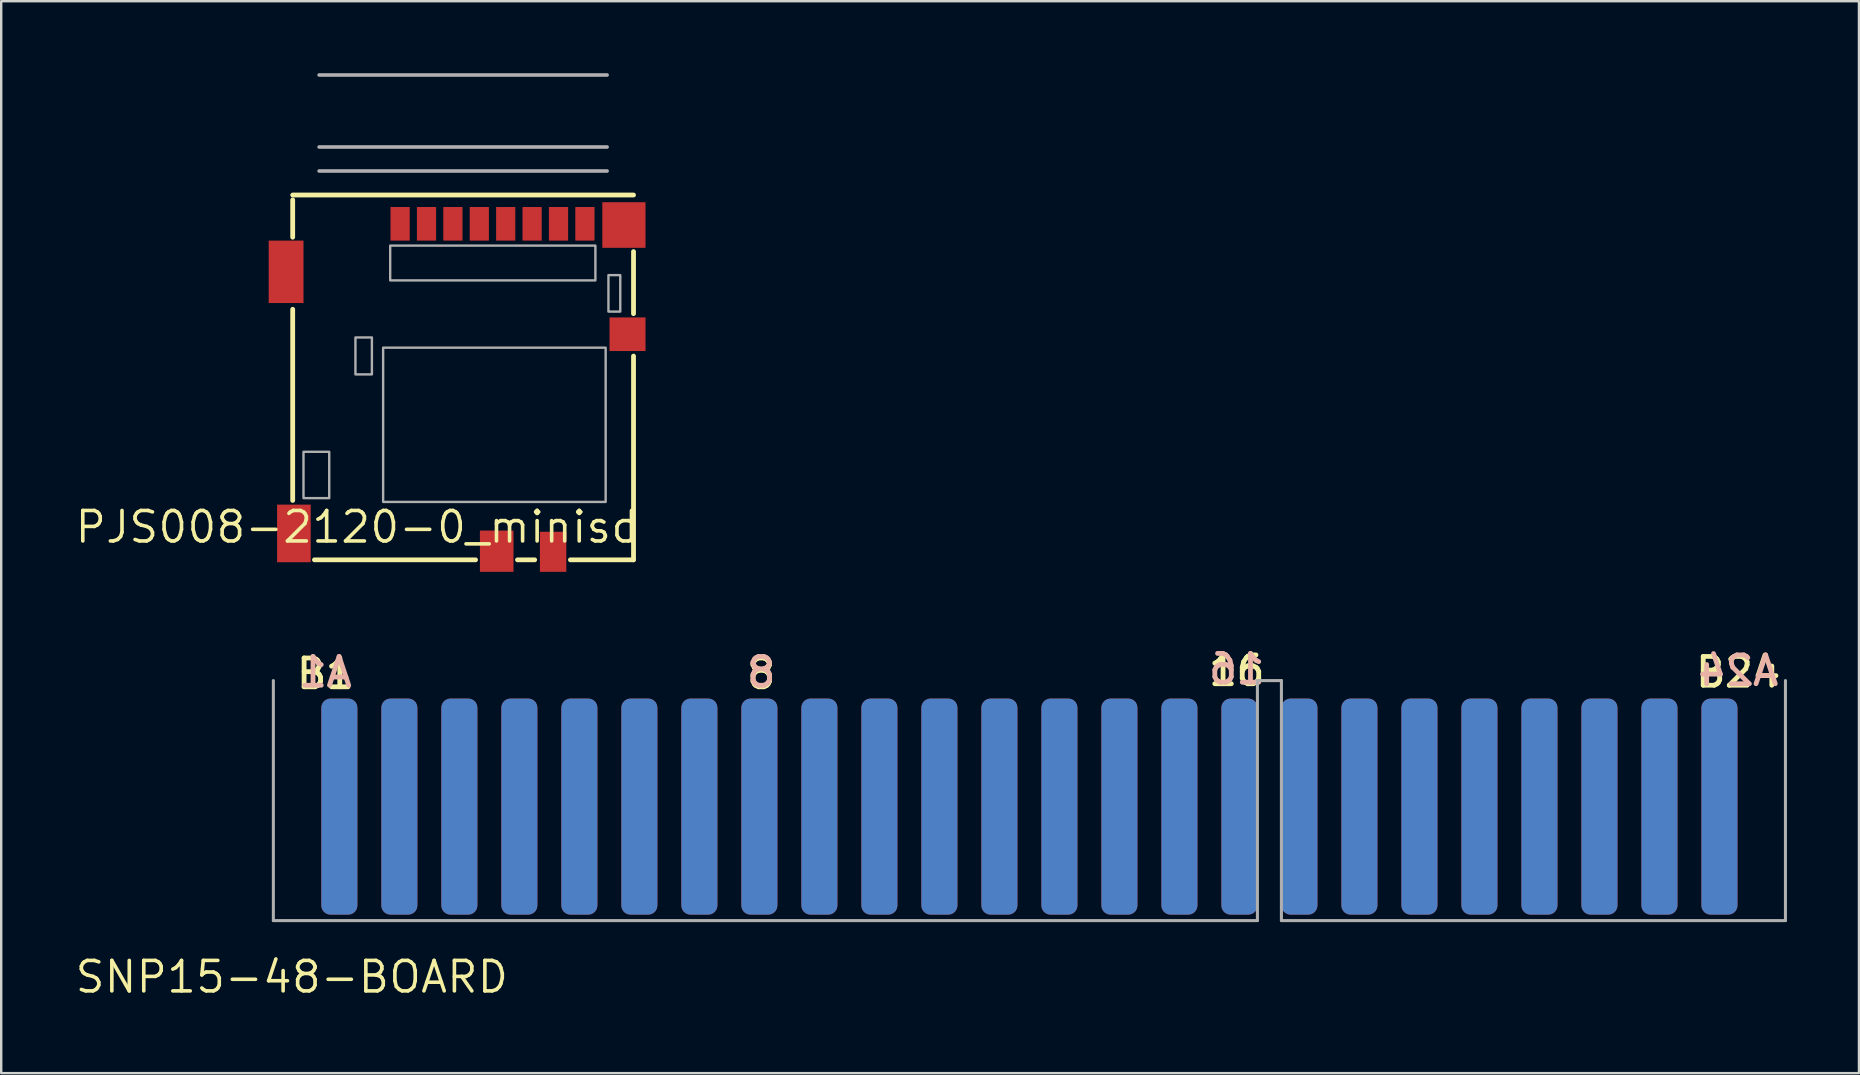
<source format=kicad_pcb>
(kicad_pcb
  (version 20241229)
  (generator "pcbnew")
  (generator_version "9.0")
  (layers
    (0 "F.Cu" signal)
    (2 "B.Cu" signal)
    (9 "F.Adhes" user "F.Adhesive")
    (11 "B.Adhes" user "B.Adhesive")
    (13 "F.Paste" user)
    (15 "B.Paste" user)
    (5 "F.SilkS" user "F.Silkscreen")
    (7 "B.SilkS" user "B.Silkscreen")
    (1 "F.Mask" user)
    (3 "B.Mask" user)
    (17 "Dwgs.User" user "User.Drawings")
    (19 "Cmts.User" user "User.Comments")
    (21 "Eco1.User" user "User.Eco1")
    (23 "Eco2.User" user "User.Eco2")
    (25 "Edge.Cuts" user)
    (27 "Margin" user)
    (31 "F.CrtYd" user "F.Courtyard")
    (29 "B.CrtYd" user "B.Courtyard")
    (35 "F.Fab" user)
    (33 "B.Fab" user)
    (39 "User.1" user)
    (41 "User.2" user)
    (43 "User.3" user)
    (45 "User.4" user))
  (footprint "PJS008-2120-0_minisd"
    (layer "F.Cu")
    (at 16.245 20.275)
    (property "Reference" "PJS008-2120-0_minisd" (at -4.415 -1.367 0) (layer "F.SilkS") (effects (font (size 1.27 1.27) (thickness 0.15))))
    (attr through_hole)
    (fp_line (start -7.1 -15.2) (end 7.1 -15.2) (stroke (width 0.2) (type solid)) (layer "F.SilkS"))
    (fp_line (start -7.1 -13.442) (end -7.1 -14.996) (stroke (width 0.2) (type solid)) (layer "F.SilkS"))
    (fp_line (start -7.1 -10.439) (end -7.1 -2.474) (stroke (width 0.2) (type solid)) (layer "F.SilkS"))
    (fp_line (start -6.193 0) (end 0.518 0) (stroke (width 0.2) (type solid)) (layer "F.SilkS"))
    (fp_line (start 2.982 0) (end 2.266 0) (stroke (width 0.2) (type solid)) (layer "F.SilkS"))
    (fp_line (start 7.092 0) (end 4.47 0) (stroke (width 0.2) (type solid)) (layer "F.SilkS"))
    (fp_line (start 7.1 -12.842) (end 7.1 -10.257) (stroke (width 0.2) (type solid)) (layer "F.SilkS"))
    (fp_line (start 7.1 -8.489) (end 7.1 0) (stroke (width 0.2) (type solid)) (layer "F.SilkS"))
    (fp_line (start -6 -20.2) (end 6 -20.2) (stroke (width 0.15) (type solid)) (layer "F.Fab"))
    (fp_line (start -6 -17.2) (end 6 -17.2) (stroke (width 0.15) (type solid)) (layer "F.Fab"))
    (fp_line (start -6 -16.2) (end 6 -16.2) (stroke (width 0.15) (type solid)) (layer "F.Fab"))
    (fp_poly (pts (xy -5.578 -2.57) (xy -6.65 -2.57) (xy -6.65 -4.501) (xy -5.578 -4.501)) (stroke (width 0.1) (type solid)) (fill no) (layer "F.Fab"))
    (fp_poly (pts (xy -3.8 -7.727) (xy -4.486 -7.727) (xy -4.486 -9.266) (xy -3.8 -9.266)) (stroke (width 0.1) (type solid)) (fill no) (layer "F.Fab"))
    (fp_poly (pts (xy 5.512 -11.643) (xy -3.038 -11.643) (xy -3.038 -13.091) (xy 5.512 -13.091)) (stroke (width 0.1) (type solid)) (fill no) (layer "F.Fab"))
    (fp_poly (pts (xy 5.939 -2.413) (xy -3.332 -2.413) (xy -3.332 -8.839) (xy 5.939 -8.839)) (stroke (width 0.1) (type solid)) (fill no) (layer "F.Fab"))
    (fp_poly (pts (xy 6.548 -10.343) (xy 6.055 -10.343) (xy 6.055 -11.862) (xy 6.548 -11.862)) (stroke (width 0.1) (type solid)) (fill no) (layer "F.Fab"))
    (pad "1" smd rect (at -2.625 -14) (size 0.8 1.4) (layers "F.Cu" "F.Mask" "F.Paste"))
    (pad "2" smd rect (at -1.525 -14) (size 0.8 1.4) (layers "F.Cu" "F.Mask" "F.Paste"))
    (pad "3" smd rect (at -0.425 -14) (size 0.8 1.4) (layers "F.Cu" "F.Mask" "F.Paste"))
    (pad "4" smd rect (at 0.675 -14) (size 0.8 1.4) (layers "F.Cu" "F.Mask" "F.Paste"))
    (pad "5" smd rect (at 1.775 -14) (size 0.8 1.4) (layers "F.Cu" "F.Mask" "F.Paste"))
    (pad "6" smd rect (at 2.875 -14) (size 0.8 1.4) (layers "F.Cu" "F.Mask" "F.Paste"))
    (pad "7" smd rect (at 3.975 -14) (size 0.8 1.4) (layers "F.Cu" "F.Mask" "F.Paste"))
    (pad "8" smd rect (at 5.075 -14) (size 0.8 1.4) (layers "F.Cu" "F.Mask" "F.Paste"))
    (pad "CD1" smd rect (at 6.85 -9.4) (size 1.5 1.4) (layers "F.Cu" "F.Mask" "F.Paste"))
    (pad "CD2" smd rect (at 3.75 -0.335) (size 1.1 1.67) (layers "F.Cu" "F.Mask" "F.Paste"))
    (pad "GND1" smd rect (at -7.375 -12) (size 1.45 2.6) (layers "F.Cu" "F.Mask" "F.Paste"))
    (pad "GND2" smd rect (at -7.05 -1.1) (size 1.4 2.4) (layers "F.Cu" "F.Mask" "F.Paste"))
    (pad "GND3" smd rect (at 1.4 -0.36) (size 1.4 1.72) (layers "F.Cu" "F.Mask" "F.Paste"))
    (pad "GND3" smd rect (at 6.7 -13.95) (size 1.8 1.9) (layers "F.Cu" "F.Mask" "F.Paste")))
  (footprint "SNP15-48-BOARD"
    (layer "F.Cu")
    (at 8.339 35.306)
    (property "Reference" "SNP15-48-BOARD" (at 0.77 2.349 0) (layer "F.SilkS") (effects (font (size 1.27 1.27) (thickness 0.15))))
    (attr through_hole)
    (fp_line (start 0 -10) (end 0 0) (stroke (width 0.127) (type solid)) (layer "F.Fab"))
    (fp_line (start 0 0) (end 41 0) (stroke (width 0.127) (type solid)) (layer "F.Fab"))
    (fp_line (start 41 -10) (end 42 -10) (stroke (width 0.127) (type solid)) (layer "F.Fab"))
    (fp_line (start 41 0) (end 41 -10) (stroke (width 0.127) (type solid)) (layer "F.Fab"))
    (fp_line (start 42 -10) (end 42 0) (stroke (width 0.127) (type solid)) (layer "F.Fab"))
    (fp_line (start 42 0) (end 63 0) (stroke (width 0.127) (type solid)) (layer "F.Fab"))
    (fp_line (start 63 0) (end 63 -10) (stroke (width 0.127) (type solid)) (layer "F.Fab"))
    (fp_text user "B24" (at 61.032 -10.351 0) (layer "F.SilkS") (effects (font (size 1.2 1.2) (thickness 0.2))))
    (fp_text user "16" (at 40.14 -10.414 0) (layer "F.SilkS") (effects (font (size 1.2 1.2) (thickness 0.2))))
    (fp_text user "8" (at 20.328 -10.287 0) (layer "F.SilkS") (effects (font (size 1.2 1.2) (thickness 0.2))))
    (fp_text user "B1" (at 2.167 -10.287 0) (layer "F.SilkS") (effects (font (size 1.2 1.2) (thickness 0.2))))
    (fp_text user "A24" (at 61.032 -10.414 0) (layer "B.SilkS") (effects (font (size 1.2 1.2) (thickness 0.2)) (justify mirror)))
    (fp_text user "16" (at 40.14 -10.477 0) (layer "B.SilkS") (effects (font (size 1.2 1.2) (thickness 0.2)) (justify mirror)))
    (fp_text user "A1" (at 2.167 -10.351 0) (layer "B.SilkS") (effects (font (size 1.2 1.2) (thickness 0.2)) (justify mirror)))
    (fp_text user "8" (at 20.328 -10.351 0) (layer "B.SilkS") (effects (font (size 1.2 1.2) (thickness 0.2)) (justify mirror)))
    (pad "A1" smd roundrect (at 2.75 -4.75) (size 1.5 9) (layers "B.Cu" "B.Mask" "B.Paste") (roundrect_rratio 0.25))
    (pad "A2" smd roundrect (at 5.25 -4.75) (size 1.5 9) (layers "B.Cu" "B.Mask" "B.Paste") (roundrect_rratio 0.25))
    (pad "A3" smd roundrect (at 7.75 -4.75) (size 1.5 9) (layers "B.Cu" "B.Mask" "B.Paste") (roundrect_rratio 0.25))
    (pad "A4" smd roundrect (at 10.25 -4.75) (size 1.5 9) (layers "B.Cu" "B.Mask" "B.Paste") (roundrect_rratio 0.25))
    (pad "A5" smd roundrect (at 12.75 -4.75) (size 1.5 9) (layers "B.Cu" "B.Mask" "B.Paste") (roundrect_rratio 0.25))
    (pad "A6" smd roundrect (at 15.25 -4.75) (size 1.5 9) (layers "B.Cu" "B.Mask" "B.Paste") (roundrect_rratio 0.25))
    (pad "A7" smd roundrect (at 17.75 -4.75) (size 1.5 9) (layers "B.Cu" "B.Mask" "B.Paste") (roundrect_rratio 0.25))
    (pad "A8" smd roundrect (at 20.25 -4.75) (size 1.5 9) (layers "B.Cu" "B.Mask" "B.Paste") (roundrect_rratio 0.25))
    (pad "A9" smd roundrect (at 22.75 -4.75) (size 1.5 9) (layers "B.Cu" "B.Mask" "B.Paste") (roundrect_rratio 0.25))
    (pad "A10" smd roundrect (at 25.25 -4.75) (size 1.5 9) (layers "B.Cu" "B.Mask" "B.Paste") (roundrect_rratio 0.25))
    (pad "A11" smd roundrect (at 27.75 -4.75) (size 1.5 9) (layers "B.Cu" "B.Mask" "B.Paste") (roundrect_rratio 0.25))
    (pad "A12" smd roundrect (at 30.25 -4.75) (size 1.5 9) (layers "B.Cu" "B.Mask" "B.Paste") (roundrect_rratio 0.25))
    (pad "A13" smd roundrect (at 32.75 -4.75) (size 1.5 9) (layers "B.Cu" "B.Mask" "B.Paste") (roundrect_rratio 0.25))
    (pad "A14" smd roundrect (at 35.25 -4.75) (size 1.5 9) (layers "B.Cu" "B.Mask" "B.Paste") (roundrect_rratio 0.25))
    (pad "A15" smd roundrect (at 37.75 -4.75) (size 1.5 9) (layers "B.Cu" "B.Mask" "B.Paste") (roundrect_rratio 0.25))
    (pad "A16" smd roundrect (at 40.25 -4.75) (size 1.5 9) (layers "B.Cu" "B.Mask" "B.Paste") (roundrect_rratio 0.25))
    (pad "A17" smd roundrect (at 42.75 -4.75) (size 1.5 9) (layers "B.Cu" "B.Mask" "B.Paste") (roundrect_rratio 0.25))
    (pad "A18" smd roundrect (at 45.25 -4.75) (size 1.5 9) (layers "B.Cu" "B.Mask" "B.Paste") (roundrect_rratio 0.25))
    (pad "A19" smd roundrect (at 47.75 -4.75) (size 1.5 9) (layers "B.Cu" "B.Mask" "B.Paste") (roundrect_rratio 0.25))
    (pad "A20" smd roundrect (at 50.25 -4.75) (size 1.5 9) (layers "B.Cu" "B.Mask" "B.Paste") (roundrect_rratio 0.25))
    (pad "A21" smd roundrect (at 52.75 -4.75) (size 1.5 9) (layers "B.Cu" "B.Mask" "B.Paste") (roundrect_rratio 0.25))
    (pad "A22" smd roundrect (at 55.25 -4.75) (size 1.5 9) (layers "B.Cu" "B.Mask" "B.Paste") (roundrect_rratio 0.25))
    (pad "A23" smd roundrect (at 57.75 -4.75) (size 1.5 9) (layers "B.Cu" "B.Mask" "B.Paste") (roundrect_rratio 0.25))
    (pad "A24" smd roundrect (at 60.25 -4.75) (size 1.5 9) (layers "B.Cu" "B.Mask" "B.Paste") (roundrect_rratio 0.25))
    (pad "B1" smd roundrect (at 2.75 -4.75) (size 1.5 9) (layers "F.Cu" "F.Mask" "F.Paste") (roundrect_rratio 0.25))
    (pad "B2" smd roundrect (at 5.25 -4.75) (size 1.5 9) (layers "F.Cu" "F.Mask" "F.Paste") (roundrect_rratio 0.25))
    (pad "B3" smd roundrect (at 7.75 -4.75) (size 1.5 9) (layers "F.Cu" "F.Mask" "F.Paste") (roundrect_rratio 0.25))
    (pad "B4" smd roundrect (at 10.25 -4.75) (size 1.5 9) (layers "F.Cu" "F.Mask" "F.Paste") (roundrect_rratio 0.25))
    (pad "B5" smd roundrect (at 12.75 -4.75) (size 1.5 9) (layers "F.Cu" "F.Mask" "F.Paste") (roundrect_rratio 0.25))
    (pad "B6" smd roundrect (at 15.25 -4.75) (size 1.5 9) (layers "F.Cu" "F.Mask" "F.Paste") (roundrect_rratio 0.25))
    (pad "B7" smd roundrect (at 17.75 -4.75) (size 1.5 9) (layers "F.Cu" "F.Mask" "F.Paste") (roundrect_rratio 0.25))
    (pad "B8" smd roundrect (at 20.25 -4.75) (size 1.5 9) (layers "F.Cu" "F.Mask" "F.Paste") (roundrect_rratio 0.25))
    (pad "B9" smd roundrect (at 22.75 -4.75) (size 1.5 9) (layers "F.Cu" "F.Mask" "F.Paste") (roundrect_rratio 0.25))
    (pad "B10" smd roundrect (at 25.25 -4.75) (size 1.5 9) (layers "F.Cu" "F.Mask" "F.Paste") (roundrect_rratio 0.25))
    (pad "B11" smd roundrect (at 27.75 -4.75) (size 1.5 9) (layers "F.Cu" "F.Mask" "F.Paste") (roundrect_rratio 0.25))
    (pad "B12" smd roundrect (at 30.25 -4.75) (size 1.5 9) (layers "F.Cu" "F.Mask" "F.Paste") (roundrect_rratio 0.25))
    (pad "B13" smd roundrect (at 32.75 -4.75) (size 1.5 9) (layers "F.Cu" "F.Mask" "F.Paste") (roundrect_rratio 0.25))
    (pad "B14" smd roundrect (at 35.25 -4.75) (size 1.5 9) (layers "F.Cu" "F.Mask" "F.Paste") (roundrect_rratio 0.25))
    (pad "B15" smd roundrect (at 37.75 -4.75) (size 1.5 9) (layers "F.Cu" "F.Mask" "F.Paste") (roundrect_rratio 0.25))
    (pad "B16" smd roundrect (at 40.25 -4.75) (size 1.5 9) (layers "F.Cu" "F.Mask" "F.Paste") (roundrect_rratio 0.25))
    (pad "B17" smd roundrect (at 42.75 -4.75) (size 1.5 9) (layers "F.Cu" "F.Mask" "F.Paste") (roundrect_rratio 0.25))
    (pad "B18" smd roundrect (at 45.25 -4.75) (size 1.5 9) (layers "F.Cu" "F.Mask" "F.Paste") (roundrect_rratio 0.25))
    (pad "B19" smd roundrect (at 47.75 -4.75) (size 1.5 9) (layers "F.Cu" "F.Mask" "F.Paste") (roundrect_rratio 0.25))
    (pad "B20" smd roundrect (at 50.25 -4.75) (size 1.5 9) (layers "F.Cu" "F.Mask" "F.Paste") (roundrect_rratio 0.25))
    (pad "B21" smd roundrect (at 52.75 -4.75) (size 1.5 9) (layers "F.Cu" "F.Mask" "F.Paste") (roundrect_rratio 0.25))
    (pad "B22" smd roundrect (at 55.25 -4.75) (size 1.5 9) (layers "F.Cu" "F.Mask" "F.Paste") (roundrect_rratio 0.25))
    (pad "B23" smd roundrect (at 57.75 -4.75) (size 1.5 9) (layers "F.Cu" "F.Mask" "F.Paste") (roundrect_rratio 0.25))
    (pad "B24" smd roundrect (at 60.25 -4.75) (size 1.5 9) (layers "F.Cu" "F.Mask" "F.Paste") (roundrect_rratio 0.25)))
  (gr_rect
    (start -3 -3)
    (end 74.402 41.661)
    (stroke (width 0.1) (type default))
    (fill no)
    (layer "Edge.Cuts")))
</source>
